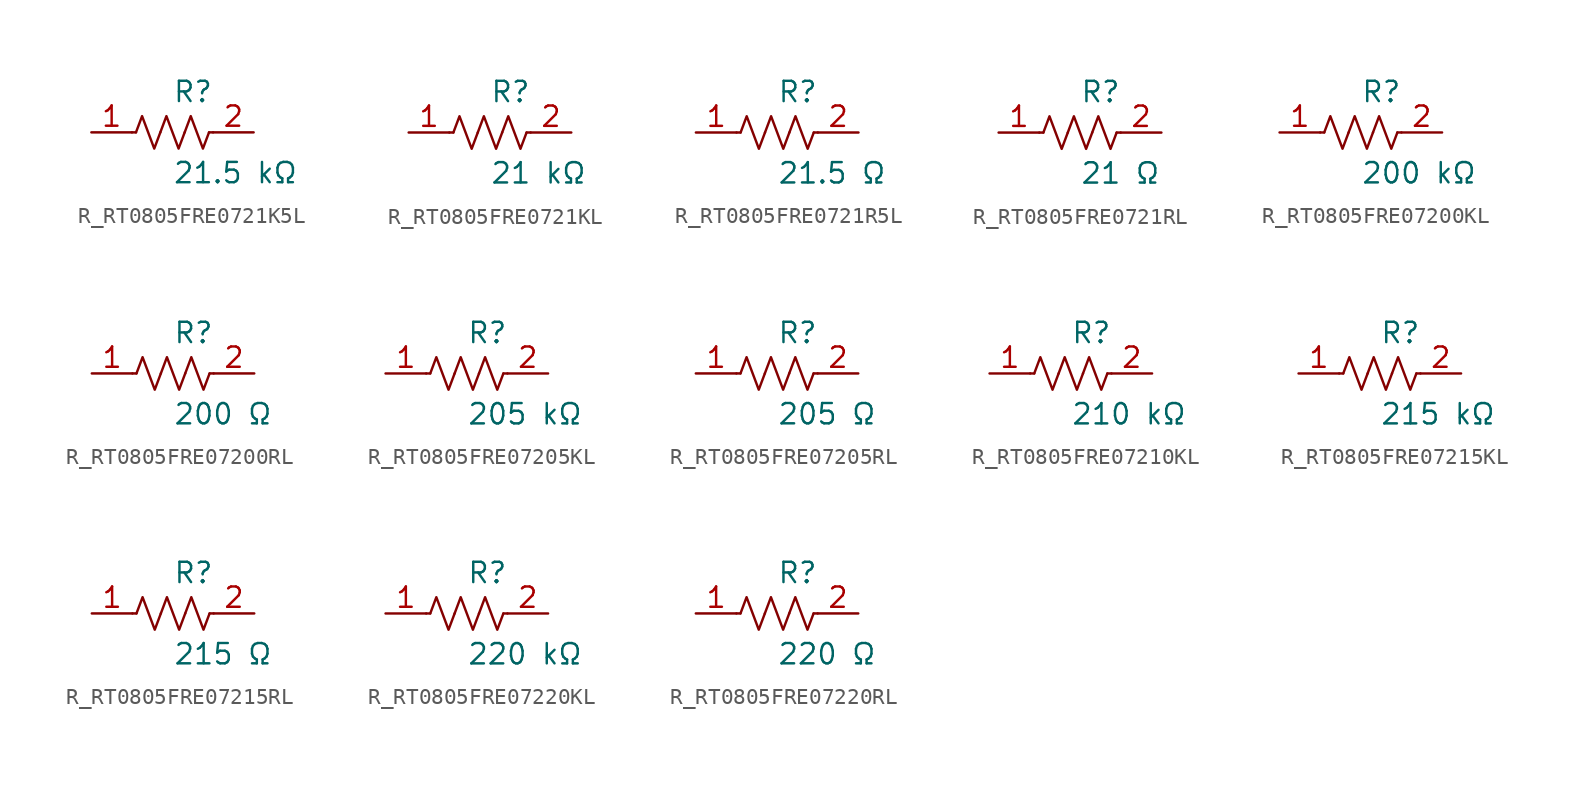
<source format=kicad_sym>
(kicad_symbol_lib
  (version 20231120)
  (generator kicad_symbol_editor)
  (generator_version 8.0)
  (symbol "R_RT0805FRE0721K5L"
    (pin_names
      (offset 0.254))
    (property "Reference" "R"
      (at 0 2.54 0)
      (effects (font (size 1.27 1.27)) (justify left)))
    (property "Value" "21.5 kΩ"
      (at 0 -2.54 0)
      (effects (font (size 1.27 1.27)) (justify left)))
    (symbol "R_RT0805FRE0721K5L_0_1"
      (polyline (pts (xy 2.286 0) (xy 2.54 0)) (stroke (width 0) (type default)) (fill (type none)))
      (polyline (pts (xy -2.286 0) (xy -2.54 0)) (stroke (width 0) (type default)) (fill (type none)))
      (polyline (pts (xy 0.762 0) (xy 1.143 1.016) (xy 1.524 0) (xy 1.905 -1.016) (xy 2.286 0)) (stroke (width 0) (type default)) (fill (type none)))
      (polyline (pts (xy -0.762 0) (xy -0.381 1.016) (xy 0 0) (xy 0.381 -1.016) (xy 0.762 0)) (stroke (width 0) (type default)) (fill (type none)))
      (polyline (pts (xy -2.286 0) (xy -1.905 1.016) (xy -1.524 0) (xy -1.143 -1.016) (xy -0.762 0)) (stroke (width 0) (type default)) (fill (type none))))
    (pin passive line
      (at -5.08 0 0)
      (length 2.54)
      (name "" (effects (font (size 1.27 1.27))))
      (number "1" (effects (font (size 1.27 1.27)))))
    (pin passive line
      (at 5.08 0 180)
      (length 2.54)
      (name "" (effects (font (size 1.27 1.27))))
      (number "2" (effects (font (size 1.27 1.27))))))
  (symbol "R_RT0805FRE0721KL"
    (pin_names
      (offset 0.254))
    (property "Reference" "R"
      (at 0 2.54 0)
      (effects (font (size 1.27 1.27)) (justify left)))
    (property "Value" "21 kΩ"
      (at 0 -2.54 0)
      (effects (font (size 1.27 1.27)) (justify left)))
    (symbol "R_RT0805FRE0721KL_0_1"
      (polyline (pts (xy 2.286 0) (xy 2.54 0)) (stroke (width 0) (type default)) (fill (type none)))
      (polyline (pts (xy -2.286 0) (xy -2.54 0)) (stroke (width 0) (type default)) (fill (type none)))
      (polyline (pts (xy 0.762 0) (xy 1.143 1.016) (xy 1.524 0) (xy 1.905 -1.016) (xy 2.286 0)) (stroke (width 0) (type default)) (fill (type none)))
      (polyline (pts (xy -0.762 0) (xy -0.381 1.016) (xy 0 0) (xy 0.381 -1.016) (xy 0.762 0)) (stroke (width 0) (type default)) (fill (type none)))
      (polyline (pts (xy -2.286 0) (xy -1.905 1.016) (xy -1.524 0) (xy -1.143 -1.016) (xy -0.762 0)) (stroke (width 0) (type default)) (fill (type none))))
    (pin passive line
      (at -5.08 0 0)
      (length 2.54)
      (name "" (effects (font (size 1.27 1.27))))
      (number "1" (effects (font (size 1.27 1.27)))))
    (pin passive line
      (at 5.08 0 180)
      (length 2.54)
      (name "" (effects (font (size 1.27 1.27))))
      (number "2" (effects (font (size 1.27 1.27))))))
  (symbol "R_RT0805FRE0721R5L"
    (pin_names
      (offset 0.254))
    (property "Reference" "R"
      (at 0 2.54 0)
      (effects (font (size 1.27 1.27)) (justify left)))
    (property "Value" "21.5 Ω"
      (at 0 -2.54 0)
      (effects (font (size 1.27 1.27)) (justify left)))
    (symbol "R_RT0805FRE0721R5L_0_1"
      (polyline (pts (xy 2.286 0) (xy 2.54 0)) (stroke (width 0) (type default)) (fill (type none)))
      (polyline (pts (xy -2.286 0) (xy -2.54 0)) (stroke (width 0) (type default)) (fill (type none)))
      (polyline (pts (xy 0.762 0) (xy 1.143 1.016) (xy 1.524 0) (xy 1.905 -1.016) (xy 2.286 0)) (stroke (width 0) (type default)) (fill (type none)))
      (polyline (pts (xy -0.762 0) (xy -0.381 1.016) (xy 0 0) (xy 0.381 -1.016) (xy 0.762 0)) (stroke (width 0) (type default)) (fill (type none)))
      (polyline (pts (xy -2.286 0) (xy -1.905 1.016) (xy -1.524 0) (xy -1.143 -1.016) (xy -0.762 0)) (stroke (width 0) (type default)) (fill (type none))))
    (pin passive line
      (at -5.08 0 0)
      (length 2.54)
      (name "" (effects (font (size 1.27 1.27))))
      (number "1" (effects (font (size 1.27 1.27)))))
    (pin passive line
      (at 5.08 0 180)
      (length 2.54)
      (name "" (effects (font (size 1.27 1.27))))
      (number "2" (effects (font (size 1.27 1.27))))))
  (symbol "R_RT0805FRE0721RL"
    (pin_names
      (offset 0.254))
    (property "Reference" "R"
      (at 0 2.54 0)
      (effects (font (size 1.27 1.27)) (justify left)))
    (property "Value" "21 Ω"
      (at 0 -2.54 0)
      (effects (font (size 1.27 1.27)) (justify left)))
    (symbol "R_RT0805FRE0721RL_0_1"
      (polyline (pts (xy 2.286 0) (xy 2.54 0)) (stroke (width 0) (type default)) (fill (type none)))
      (polyline (pts (xy -2.286 0) (xy -2.54 0)) (stroke (width 0) (type default)) (fill (type none)))
      (polyline (pts (xy 0.762 0) (xy 1.143 1.016) (xy 1.524 0) (xy 1.905 -1.016) (xy 2.286 0)) (stroke (width 0) (type default)) (fill (type none)))
      (polyline (pts (xy -0.762 0) (xy -0.381 1.016) (xy 0 0) (xy 0.381 -1.016) (xy 0.762 0)) (stroke (width 0) (type default)) (fill (type none)))
      (polyline (pts (xy -2.286 0) (xy -1.905 1.016) (xy -1.524 0) (xy -1.143 -1.016) (xy -0.762 0)) (stroke (width 0) (type default)) (fill (type none))))
    (pin passive line
      (at -5.08 0 0)
      (length 2.54)
      (name "" (effects (font (size 1.27 1.27))))
      (number "1" (effects (font (size 1.27 1.27)))))
    (pin passive line
      (at 5.08 0 180)
      (length 2.54)
      (name "" (effects (font (size 1.27 1.27))))
      (number "2" (effects (font (size 1.27 1.27))))))
  (symbol "R_RT0805FRE07200KL"
    (pin_names
      (offset 0.254))
    (property "Reference" "R"
      (at 0 2.54 0)
      (effects (font (size 1.27 1.27)) (justify left)))
    (property "Value" "200 kΩ"
      (at 0 -2.54 0)
      (effects (font (size 1.27 1.27)) (justify left)))
    (symbol "R_RT0805FRE07200KL_0_1"
      (polyline (pts (xy 2.286 0) (xy 2.54 0)) (stroke (width 0) (type default)) (fill (type none)))
      (polyline (pts (xy -2.286 0) (xy -2.54 0)) (stroke (width 0) (type default)) (fill (type none)))
      (polyline (pts (xy 0.762 0) (xy 1.143 1.016) (xy 1.524 0) (xy 1.905 -1.016) (xy 2.286 0)) (stroke (width 0) (type default)) (fill (type none)))
      (polyline (pts (xy -0.762 0) (xy -0.381 1.016) (xy 0 0) (xy 0.381 -1.016) (xy 0.762 0)) (stroke (width 0) (type default)) (fill (type none)))
      (polyline (pts (xy -2.286 0) (xy -1.905 1.016) (xy -1.524 0) (xy -1.143 -1.016) (xy -0.762 0)) (stroke (width 0) (type default)) (fill (type none))))
    (pin passive line
      (at -5.08 0 0)
      (length 2.54)
      (name "" (effects (font (size 1.27 1.27))))
      (number "1" (effects (font (size 1.27 1.27)))))
    (pin passive line
      (at 5.08 0 180)
      (length 2.54)
      (name "" (effects (font (size 1.27 1.27))))
      (number "2" (effects (font (size 1.27 1.27))))))
  (symbol "R_RT0805FRE07200RL"
    (pin_names
      (offset 0.254))
    (property "Reference" "R"
      (at 0 2.54 0)
      (effects (font (size 1.27 1.27)) (justify left)))
    (property "Value" "200 Ω"
      (at 0 -2.54 0)
      (effects (font (size 1.27 1.27)) (justify left)))
    (symbol "R_RT0805FRE07200RL_0_1"
      (polyline (pts (xy 2.286 0) (xy 2.54 0)) (stroke (width 0) (type default)) (fill (type none)))
      (polyline (pts (xy -2.286 0) (xy -2.54 0)) (stroke (width 0) (type default)) (fill (type none)))
      (polyline (pts (xy 0.762 0) (xy 1.143 1.016) (xy 1.524 0) (xy 1.905 -1.016) (xy 2.286 0)) (stroke (width 0) (type default)) (fill (type none)))
      (polyline (pts (xy -0.762 0) (xy -0.381 1.016) (xy 0 0) (xy 0.381 -1.016) (xy 0.762 0)) (stroke (width 0) (type default)) (fill (type none)))
      (polyline (pts (xy -2.286 0) (xy -1.905 1.016) (xy -1.524 0) (xy -1.143 -1.016) (xy -0.762 0)) (stroke (width 0) (type default)) (fill (type none))))
    (pin passive line
      (at -5.08 0 0)
      (length 2.54)
      (name "" (effects (font (size 1.27 1.27))))
      (number "1" (effects (font (size 1.27 1.27)))))
    (pin passive line
      (at 5.08 0 180)
      (length 2.54)
      (name "" (effects (font (size 1.27 1.27))))
      (number "2" (effects (font (size 1.27 1.27))))))
  (symbol "R_RT0805FRE07205KL"
    (pin_names
      (offset 0.254))
    (property "Reference" "R"
      (at 0 2.54 0)
      (effects (font (size 1.27 1.27)) (justify left)))
    (property "Value" "205 kΩ"
      (at 0 -2.54 0)
      (effects (font (size 1.27 1.27)) (justify left)))
    (symbol "R_RT0805FRE07205KL_0_1"
      (polyline (pts (xy 2.286 0) (xy 2.54 0)) (stroke (width 0) (type default)) (fill (type none)))
      (polyline (pts (xy -2.286 0) (xy -2.54 0)) (stroke (width 0) (type default)) (fill (type none)))
      (polyline (pts (xy 0.762 0) (xy 1.143 1.016) (xy 1.524 0) (xy 1.905 -1.016) (xy 2.286 0)) (stroke (width 0) (type default)) (fill (type none)))
      (polyline (pts (xy -0.762 0) (xy -0.381 1.016) (xy 0 0) (xy 0.381 -1.016) (xy 0.762 0)) (stroke (width 0) (type default)) (fill (type none)))
      (polyline (pts (xy -2.286 0) (xy -1.905 1.016) (xy -1.524 0) (xy -1.143 -1.016) (xy -0.762 0)) (stroke (width 0) (type default)) (fill (type none))))
    (pin passive line
      (at -5.08 0 0)
      (length 2.54)
      (name "" (effects (font (size 1.27 1.27))))
      (number "1" (effects (font (size 1.27 1.27)))))
    (pin passive line
      (at 5.08 0 180)
      (length 2.54)
      (name "" (effects (font (size 1.27 1.27))))
      (number "2" (effects (font (size 1.27 1.27))))))
  (symbol "R_RT0805FRE07205RL"
    (pin_names
      (offset 0.254))
    (property "Reference" "R"
      (at 0 2.54 0)
      (effects (font (size 1.27 1.27)) (justify left)))
    (property "Value" "205 Ω"
      (at 0 -2.54 0)
      (effects (font (size 1.27 1.27)) (justify left)))
    (symbol "R_RT0805FRE07205RL_0_1"
      (polyline (pts (xy 2.286 0) (xy 2.54 0)) (stroke (width 0) (type default)) (fill (type none)))
      (polyline (pts (xy -2.286 0) (xy -2.54 0)) (stroke (width 0) (type default)) (fill (type none)))
      (polyline (pts (xy 0.762 0) (xy 1.143 1.016) (xy 1.524 0) (xy 1.905 -1.016) (xy 2.286 0)) (stroke (width 0) (type default)) (fill (type none)))
      (polyline (pts (xy -0.762 0) (xy -0.381 1.016) (xy 0 0) (xy 0.381 -1.016) (xy 0.762 0)) (stroke (width 0) (type default)) (fill (type none)))
      (polyline (pts (xy -2.286 0) (xy -1.905 1.016) (xy -1.524 0) (xy -1.143 -1.016) (xy -0.762 0)) (stroke (width 0) (type default)) (fill (type none))))
    (pin passive line
      (at -5.08 0 0)
      (length 2.54)
      (name "" (effects (font (size 1.27 1.27))))
      (number "1" (effects (font (size 1.27 1.27)))))
    (pin passive line
      (at 5.08 0 180)
      (length 2.54)
      (name "" (effects (font (size 1.27 1.27))))
      (number "2" (effects (font (size 1.27 1.27))))))
  (symbol "R_RT0805FRE07210KL"
    (pin_names
      (offset 0.254))
    (property "Reference" "R"
      (at 0 2.54 0)
      (effects (font (size 1.27 1.27)) (justify left)))
    (property "Value" "210 kΩ"
      (at 0 -2.54 0)
      (effects (font (size 1.27 1.27)) (justify left)))
    (symbol "R_RT0805FRE07210KL_0_1"
      (polyline (pts (xy 2.286 0) (xy 2.54 0)) (stroke (width 0) (type default)) (fill (type none)))
      (polyline (pts (xy -2.286 0) (xy -2.54 0)) (stroke (width 0) (type default)) (fill (type none)))
      (polyline (pts (xy 0.762 0) (xy 1.143 1.016) (xy 1.524 0) (xy 1.905 -1.016) (xy 2.286 0)) (stroke (width 0) (type default)) (fill (type none)))
      (polyline (pts (xy -0.762 0) (xy -0.381 1.016) (xy 0 0) (xy 0.381 -1.016) (xy 0.762 0)) (stroke (width 0) (type default)) (fill (type none)))
      (polyline (pts (xy -2.286 0) (xy -1.905 1.016) (xy -1.524 0) (xy -1.143 -1.016) (xy -0.762 0)) (stroke (width 0) (type default)) (fill (type none))))
    (pin passive line
      (at -5.08 0 0)
      (length 2.54)
      (name "" (effects (font (size 1.27 1.27))))
      (number "1" (effects (font (size 1.27 1.27)))))
    (pin passive line
      (at 5.08 0 180)
      (length 2.54)
      (name "" (effects (font (size 1.27 1.27))))
      (number "2" (effects (font (size 1.27 1.27))))))
  (symbol "R_RT0805FRE07215KL"
    (pin_names
      (offset 0.254))
    (property "Reference" "R"
      (at 0 2.54 0)
      (effects (font (size 1.27 1.27)) (justify left)))
    (property "Value" "215 kΩ"
      (at 0 -2.54 0)
      (effects (font (size 1.27 1.27)) (justify left)))
    (symbol "R_RT0805FRE07215KL_0_1"
      (polyline (pts (xy 2.286 0) (xy 2.54 0)) (stroke (width 0) (type default)) (fill (type none)))
      (polyline (pts (xy -2.286 0) (xy -2.54 0)) (stroke (width 0) (type default)) (fill (type none)))
      (polyline (pts (xy 0.762 0) (xy 1.143 1.016) (xy 1.524 0) (xy 1.905 -1.016) (xy 2.286 0)) (stroke (width 0) (type default)) (fill (type none)))
      (polyline (pts (xy -0.762 0) (xy -0.381 1.016) (xy 0 0) (xy 0.381 -1.016) (xy 0.762 0)) (stroke (width 0) (type default)) (fill (type none)))
      (polyline (pts (xy -2.286 0) (xy -1.905 1.016) (xy -1.524 0) (xy -1.143 -1.016) (xy -0.762 0)) (stroke (width 0) (type default)) (fill (type none))))
    (pin passive line
      (at -5.08 0 0)
      (length 2.54)
      (name "" (effects (font (size 1.27 1.27))))
      (number "1" (effects (font (size 1.27 1.27)))))
    (pin passive line
      (at 5.08 0 180)
      (length 2.54)
      (name "" (effects (font (size 1.27 1.27))))
      (number "2" (effects (font (size 1.27 1.27))))))
  (symbol "R_RT0805FRE07215RL"
    (pin_names
      (offset 0.254))
    (property "Reference" "R"
      (at 0 2.54 0)
      (effects (font (size 1.27 1.27)) (justify left)))
    (property "Value" "215 Ω"
      (at 0 -2.54 0)
      (effects (font (size 1.27 1.27)) (justify left)))
    (symbol "R_RT0805FRE07215RL_0_1"
      (polyline (pts (xy 2.286 0) (xy 2.54 0)) (stroke (width 0) (type default)) (fill (type none)))
      (polyline (pts (xy -2.286 0) (xy -2.54 0)) (stroke (width 0) (type default)) (fill (type none)))
      (polyline (pts (xy 0.762 0) (xy 1.143 1.016) (xy 1.524 0) (xy 1.905 -1.016) (xy 2.286 0)) (stroke (width 0) (type default)) (fill (type none)))
      (polyline (pts (xy -0.762 0) (xy -0.381 1.016) (xy 0 0) (xy 0.381 -1.016) (xy 0.762 0)) (stroke (width 0) (type default)) (fill (type none)))
      (polyline (pts (xy -2.286 0) (xy -1.905 1.016) (xy -1.524 0) (xy -1.143 -1.016) (xy -0.762 0)) (stroke (width 0) (type default)) (fill (type none))))
    (pin passive line
      (at -5.08 0 0)
      (length 2.54)
      (name "" (effects (font (size 1.27 1.27))))
      (number "1" (effects (font (size 1.27 1.27)))))
    (pin passive line
      (at 5.08 0 180)
      (length 2.54)
      (name "" (effects (font (size 1.27 1.27))))
      (number "2" (effects (font (size 1.27 1.27))))))
  (symbol "R_RT0805FRE07220KL"
    (pin_names
      (offset 0.254))
    (property "Reference" "R"
      (at 0 2.54 0)
      (effects (font (size 1.27 1.27)) (justify left)))
    (property "Value" "220 kΩ"
      (at 0 -2.54 0)
      (effects (font (size 1.27 1.27)) (justify left)))
    (symbol "R_RT0805FRE07220KL_0_1"
      (polyline (pts (xy 2.286 0) (xy 2.54 0)) (stroke (width 0) (type default)) (fill (type none)))
      (polyline (pts (xy -2.286 0) (xy -2.54 0)) (stroke (width 0) (type default)) (fill (type none)))
      (polyline (pts (xy 0.762 0) (xy 1.143 1.016) (xy 1.524 0) (xy 1.905 -1.016) (xy 2.286 0)) (stroke (width 0) (type default)) (fill (type none)))
      (polyline (pts (xy -0.762 0) (xy -0.381 1.016) (xy 0 0) (xy 0.381 -1.016) (xy 0.762 0)) (stroke (width 0) (type default)) (fill (type none)))
      (polyline (pts (xy -2.286 0) (xy -1.905 1.016) (xy -1.524 0) (xy -1.143 -1.016) (xy -0.762 0)) (stroke (width 0) (type default)) (fill (type none))))
    (pin passive line
      (at -5.08 0 0)
      (length 2.54)
      (name "" (effects (font (size 1.27 1.27))))
      (number "1" (effects (font (size 1.27 1.27)))))
    (pin passive line
      (at 5.08 0 180)
      (length 2.54)
      (name "" (effects (font (size 1.27 1.27))))
      (number "2" (effects (font (size 1.27 1.27))))))
  (symbol "R_RT0805FRE07220RL"
    (pin_names
      (offset 0.254))
    (property "Reference" "R"
      (at 0 2.54 0)
      (effects (font (size 1.27 1.27)) (justify left)))
    (property "Value" "220 Ω"
      (at 0 -2.54 0)
      (effects (font (size 1.27 1.27)) (justify left)))
    (symbol "R_RT0805FRE07220RL_0_1"
      (polyline (pts (xy 2.286 0) (xy 2.54 0)) (stroke (width 0) (type default)) (fill (type none)))
      (polyline (pts (xy -2.286 0) (xy -2.54 0)) (stroke (width 0) (type default)) (fill (type none)))
      (polyline (pts (xy 0.762 0) (xy 1.143 1.016) (xy 1.524 0) (xy 1.905 -1.016) (xy 2.286 0)) (stroke (width 0) (type default)) (fill (type none)))
      (polyline (pts (xy -0.762 0) (xy -0.381 1.016) (xy 0 0) (xy 0.381 -1.016) (xy 0.762 0)) (stroke (width 0) (type default)) (fill (type none)))
      (polyline (pts (xy -2.286 0) (xy -1.905 1.016) (xy -1.524 0) (xy -1.143 -1.016) (xy -0.762 0)) (stroke (width 0) (type default)) (fill (type none))))
    (pin passive line
      (at -5.08 0 0)
      (length 2.54)
      (name "" (effects (font (size 1.27 1.27))))
      (number "1" (effects (font (size 1.27 1.27)))))
    (pin passive line
      (at 5.08 0 180)
      (length 2.54)
      (name "" (effects (font (size 1.27 1.27))))
      (number "2" (effects (font (size 1.27 1.27)))))))
</source>
